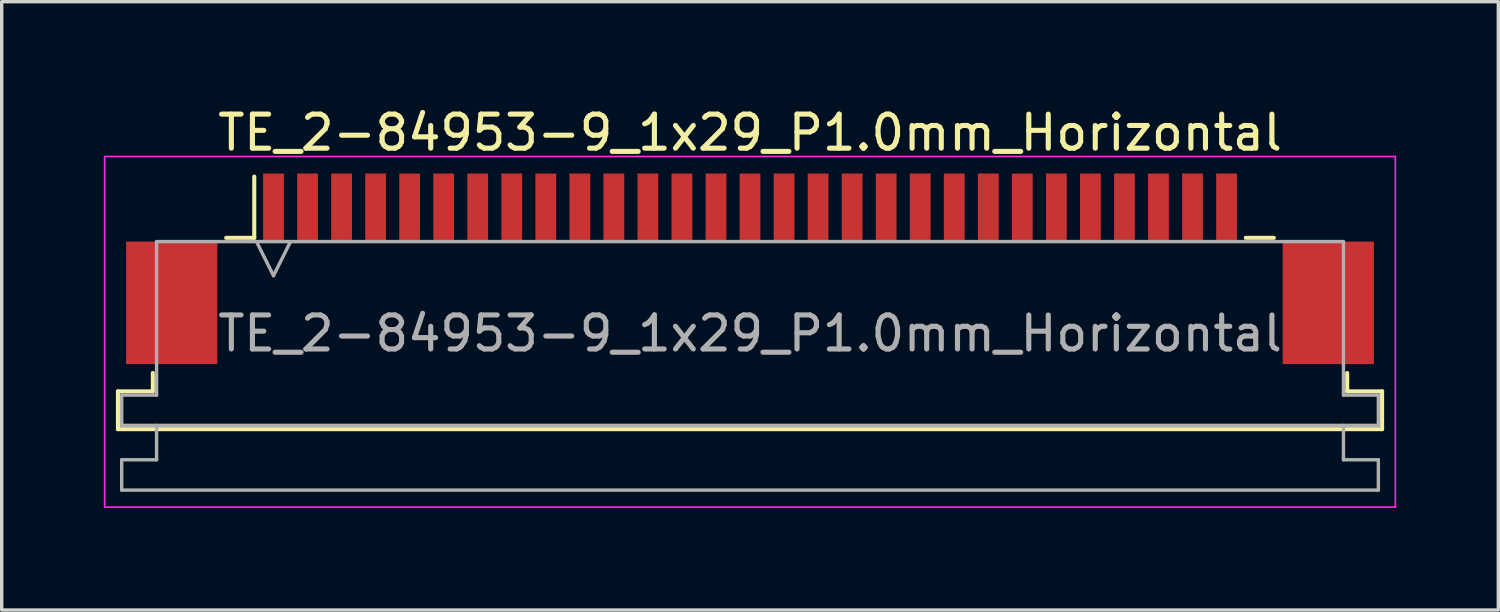
<source format=kicad_pcb>
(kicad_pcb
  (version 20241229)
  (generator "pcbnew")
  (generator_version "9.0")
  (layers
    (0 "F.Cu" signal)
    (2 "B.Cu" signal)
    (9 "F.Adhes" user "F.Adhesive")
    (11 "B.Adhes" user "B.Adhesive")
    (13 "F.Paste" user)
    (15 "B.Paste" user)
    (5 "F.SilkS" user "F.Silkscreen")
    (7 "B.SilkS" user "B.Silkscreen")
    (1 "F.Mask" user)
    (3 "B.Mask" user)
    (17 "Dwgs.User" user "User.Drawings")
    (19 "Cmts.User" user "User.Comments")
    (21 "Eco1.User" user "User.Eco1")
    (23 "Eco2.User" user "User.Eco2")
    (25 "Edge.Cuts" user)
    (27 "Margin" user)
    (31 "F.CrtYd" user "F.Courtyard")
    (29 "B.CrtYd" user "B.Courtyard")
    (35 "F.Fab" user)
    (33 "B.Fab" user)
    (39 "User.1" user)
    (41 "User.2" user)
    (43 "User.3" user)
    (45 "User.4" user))
  (footprint "TE_2-84953-9_1x29_P1.0mm_Horizontal"
    (layer "F.Cu")
    (at 18.985 4.848)
    (property "Reference" "TE_2-84953-9_1x29_P1.0mm_Horizontal" (at 0 -4 0) (layer "F.SilkS") (effects (font (size 1 1) (thickness 0.15))))
    (attr smd)
    (fp_line (start -18.57 3.6) (end -17.545 3.6) (stroke (width 0.12) (type solid)) (layer "F.SilkS"))
    (fp_line (start -18.57 4.71) (end -18.57 3.6) (stroke (width 0.12) (type solid)) (layer "F.SilkS"))
    (fp_line (start -17.545 3.6) (end -17.545 3.06) (stroke (width 0.12) (type solid)) (layer "F.SilkS"))
    (fp_line (start -15.39 -0.91) (end -14.565 -0.91) (stroke (width 0.12) (type solid)) (layer "F.SilkS"))
    (fp_line (start -14.565 -0.91) (end -14.565 -2.71) (stroke (width 0.12) (type solid)) (layer "F.SilkS"))
    (fp_line (start 14.565 -0.91) (end 15.39 -0.91) (stroke (width 0.12) (type solid)) (layer "F.SilkS"))
    (fp_line (start 17.545 3.06) (end 17.545 3.6) (stroke (width 0.12) (type solid)) (layer "F.SilkS"))
    (fp_line (start 17.545 3.6) (end 18.57 3.6) (stroke (width 0.12) (type solid)) (layer "F.SilkS"))
    (fp_line (start 18.57 3.6) (end 18.57 4.71) (stroke (width 0.12) (type solid)) (layer "F.SilkS"))
    (fp_line (start 18.57 4.71) (end -18.57 4.71) (stroke (width 0.12) (type solid)) (layer "F.SilkS"))
    (fp_line (start -18.96 -3.3) (end -18.96 7) (stroke (width 0.05) (type solid)) (layer "F.CrtYd"))
    (fp_line (start -18.96 7) (end 18.96 7) (stroke (width 0.05) (type solid)) (layer "F.CrtYd"))
    (fp_line (start 18.96 -3.3) (end -18.96 -3.3) (stroke (width 0.05) (type solid)) (layer "F.CrtYd"))
    (fp_line (start 18.96 7) (end 18.96 -3.3) (stroke (width 0.05) (type solid)) (layer "F.CrtYd"))
    (fp_line (start -18.46 3.71) (end -17.435 3.71) (stroke (width 0.1) (type solid)) (layer "F.Fab"))
    (fp_line (start -18.46 4.6) (end -18.46 3.71) (stroke (width 0.1) (type solid)) (layer "F.Fab"))
    (fp_line (start -18.46 5.61) (end -17.435 5.61) (stroke (width 0.1) (type solid)) (layer "F.Fab"))
    (fp_line (start -18.46 6.5) (end -18.46 5.61) (stroke (width 0.1) (type solid)) (layer "F.Fab"))
    (fp_line (start -17.435 -0.8) (end 17.435 -0.8) (stroke (width 0.1) (type solid)) (layer "F.Fab"))
    (fp_line (start -17.435 3.71) (end -17.435 -0.8) (stroke (width 0.1) (type solid)) (layer "F.Fab"))
    (fp_line (start -17.435 5.61) (end -17.435 4.6) (stroke (width 0.1) (type solid)) (layer "F.Fab"))
    (fp_line (start -14.5 -0.8) (end -14 0.2) (stroke (width 0.1) (type solid)) (layer "F.Fab"))
    (fp_line (start -14 0.2) (end -13.5 -0.8) (stroke (width 0.1) (type solid)) (layer "F.Fab"))
    (fp_line (start 17.435 -0.8) (end 17.435 3.71) (stroke (width 0.1) (type solid)) (layer "F.Fab"))
    (fp_line (start 17.435 3.71) (end 18.46 3.71) (stroke (width 0.1) (type solid)) (layer "F.Fab"))
    (fp_line (start 17.435 4.6) (end 17.435 5.61) (stroke (width 0.1) (type solid)) (layer "F.Fab"))
    (fp_line (start 17.435 5.61) (end 18.46 5.61) (stroke (width 0.1) (type solid)) (layer "F.Fab"))
    (fp_line (start 18.46 3.71) (end 18.46 4.6) (stroke (width 0.1) (type solid)) (layer "F.Fab"))
    (fp_line (start 18.46 4.6) (end -18.46 4.6) (stroke (width 0.1) (type solid)) (layer "F.Fab"))
    (fp_line (start 18.46 5.61) (end 18.46 6.5) (stroke (width 0.1) (type solid)) (layer "F.Fab"))
    (fp_line (start 18.46 6.5) (end -18.46 6.5) (stroke (width 0.1) (type solid)) (layer "F.Fab"))
    (fp_text user "${REFERENCE}" (at 0 1.9 0) (layer "F.Fab") (effects (font (size 1 1) (thickness 0.15))))
    (pad "" smd rect (at -16.99 1) (size 2.68 3.6) (layers "F.Cu" "F.Mask" "F.Paste"))
    (pad "" smd rect (at 16.99 1) (size 2.68 3.6) (layers "F.Cu" "F.Mask" "F.Paste"))
    (pad "1" smd rect (at -14 -1.8) (size 0.61 2) (layers "F.Cu" "F.Mask" "F.Paste"))
    (pad "2" smd rect (at -13 -1.8) (size 0.61 2) (layers "F.Cu" "F.Mask" "F.Paste"))
    (pad "3" smd rect (at -12 -1.8) (size 0.61 2) (layers "F.Cu" "F.Mask" "F.Paste"))
    (pad "4" smd rect (at -11 -1.8) (size 0.61 2) (layers "F.Cu" "F.Mask" "F.Paste"))
    (pad "5" smd rect (at -10 -1.8) (size 0.61 2) (layers "F.Cu" "F.Mask" "F.Paste"))
    (pad "6" smd rect (at -9 -1.8) (size 0.61 2) (layers "F.Cu" "F.Mask" "F.Paste"))
    (pad "7" smd rect (at -8 -1.8) (size 0.61 2) (layers "F.Cu" "F.Mask" "F.Paste"))
    (pad "8" smd rect (at -7 -1.8) (size 0.61 2) (layers "F.Cu" "F.Mask" "F.Paste"))
    (pad "9" smd rect (at -6 -1.8) (size 0.61 2) (layers "F.Cu" "F.Mask" "F.Paste"))
    (pad "10" smd rect (at -5 -1.8) (size 0.61 2) (layers "F.Cu" "F.Mask" "F.Paste"))
    (pad "11" smd rect (at -4 -1.8) (size 0.61 2) (layers "F.Cu" "F.Mask" "F.Paste"))
    (pad "12" smd rect (at -3 -1.8) (size 0.61 2) (layers "F.Cu" "F.Mask" "F.Paste"))
    (pad "13" smd rect (at -2 -1.8) (size 0.61 2) (layers "F.Cu" "F.Mask" "F.Paste"))
    (pad "14" smd rect (at -1 -1.8) (size 0.61 2) (layers "F.Cu" "F.Mask" "F.Paste"))
    (pad "15" smd rect (at 0 -1.8) (size 0.61 2) (layers "F.Cu" "F.Mask" "F.Paste"))
    (pad "16" smd rect (at 1 -1.8) (size 0.61 2) (layers "F.Cu" "F.Mask" "F.Paste"))
    (pad "17" smd rect (at 2 -1.8) (size 0.61 2) (layers "F.Cu" "F.Mask" "F.Paste"))
    (pad "18" smd rect (at 3 -1.8) (size 0.61 2) (layers "F.Cu" "F.Mask" "F.Paste"))
    (pad "19" smd rect (at 4 -1.8) (size 0.61 2) (layers "F.Cu" "F.Mask" "F.Paste"))
    (pad "20" smd rect (at 5 -1.8) (size 0.61 2) (layers "F.Cu" "F.Mask" "F.Paste"))
    (pad "21" smd rect (at 6 -1.8) (size 0.61 2) (layers "F.Cu" "F.Mask" "F.Paste"))
    (pad "22" smd rect (at 7 -1.8) (size 0.61 2) (layers "F.Cu" "F.Mask" "F.Paste"))
    (pad "23" smd rect (at 8 -1.8) (size 0.61 2) (layers "F.Cu" "F.Mask" "F.Paste"))
    (pad "24" smd rect (at 9 -1.8) (size 0.61 2) (layers "F.Cu" "F.Mask" "F.Paste"))
    (pad "25" smd rect (at 10 -1.8) (size 0.61 2) (layers "F.Cu" "F.Mask" "F.Paste"))
    (pad "26" smd rect (at 11 -1.8) (size 0.61 2) (layers "F.Cu" "F.Mask" "F.Paste"))
    (pad "27" smd rect (at 12 -1.8) (size 0.61 2) (layers "F.Cu" "F.Mask" "F.Paste"))
    (pad "28" smd rect (at 13 -1.8) (size 0.61 2) (layers "F.Cu" "F.Mask" "F.Paste"))
    (pad "29" smd rect (at 14 -1.8) (size 0.61 2) (layers "F.Cu" "F.Mask" "F.Paste")))
  (gr_rect
    (start -3 -3)
    (end 40.97 14.873)
    (stroke (width 0.1) (type default))
    (fill no)
    (layer "Edge.Cuts")))
</source>
